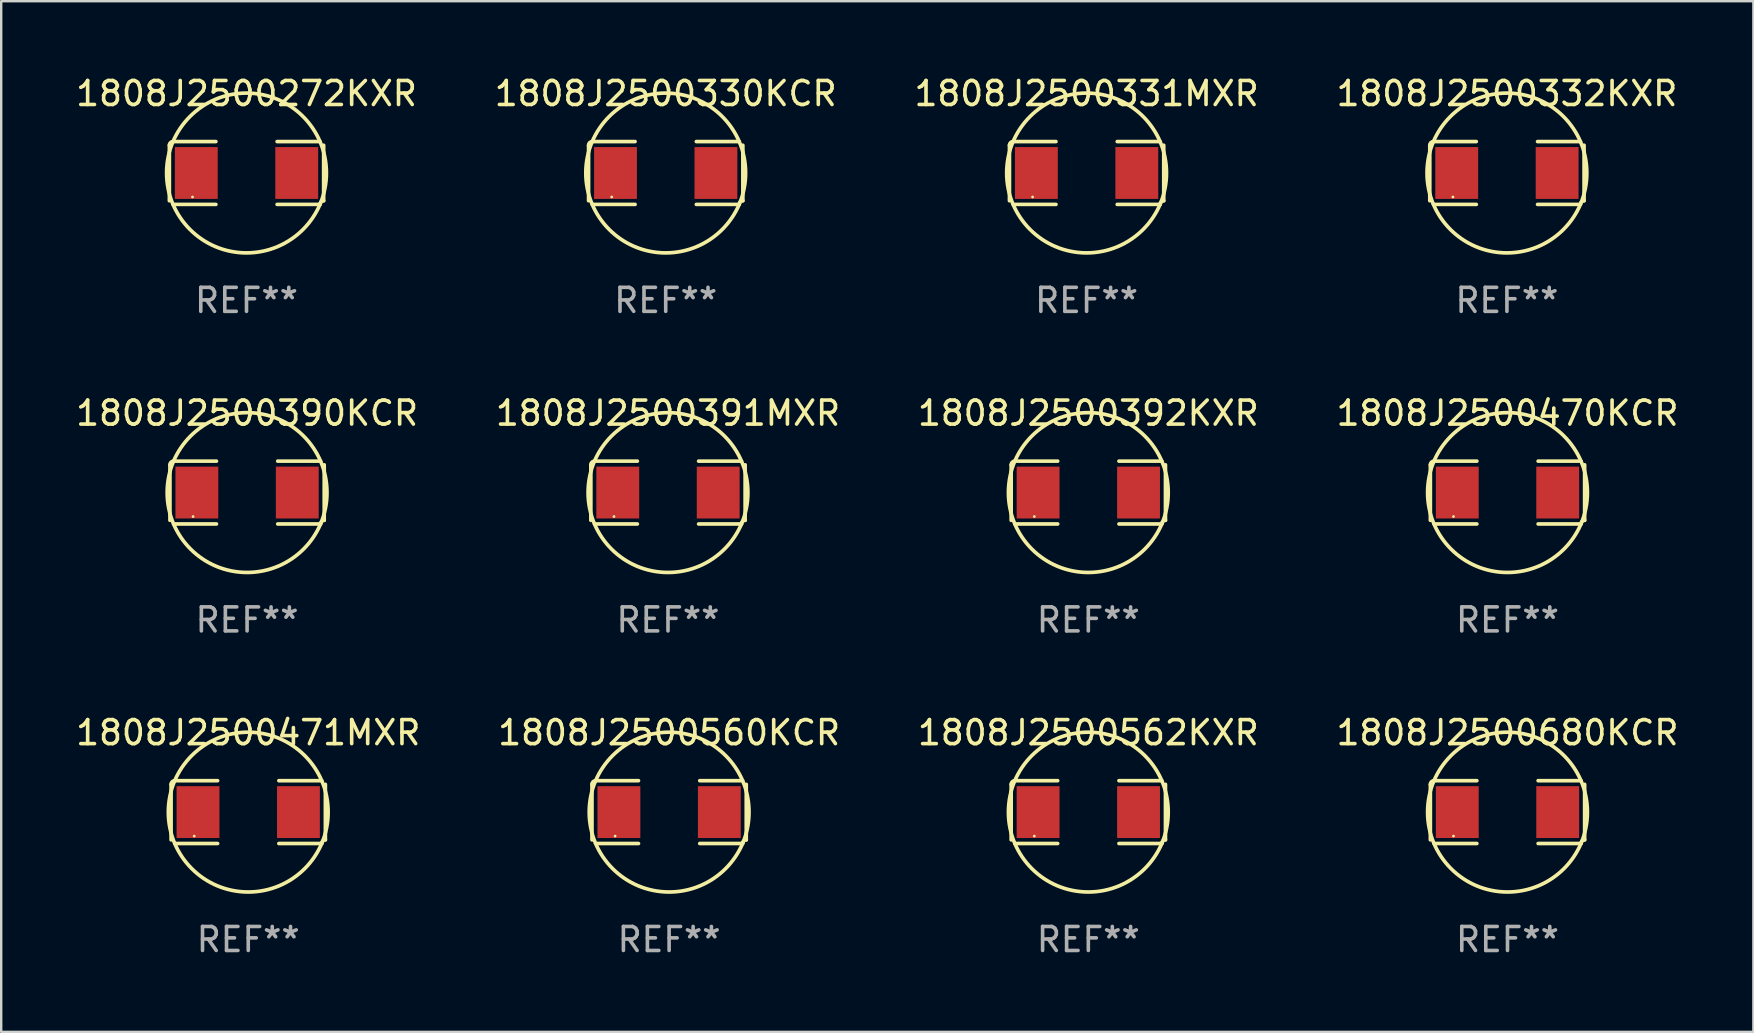
<source format=kicad_pcb>
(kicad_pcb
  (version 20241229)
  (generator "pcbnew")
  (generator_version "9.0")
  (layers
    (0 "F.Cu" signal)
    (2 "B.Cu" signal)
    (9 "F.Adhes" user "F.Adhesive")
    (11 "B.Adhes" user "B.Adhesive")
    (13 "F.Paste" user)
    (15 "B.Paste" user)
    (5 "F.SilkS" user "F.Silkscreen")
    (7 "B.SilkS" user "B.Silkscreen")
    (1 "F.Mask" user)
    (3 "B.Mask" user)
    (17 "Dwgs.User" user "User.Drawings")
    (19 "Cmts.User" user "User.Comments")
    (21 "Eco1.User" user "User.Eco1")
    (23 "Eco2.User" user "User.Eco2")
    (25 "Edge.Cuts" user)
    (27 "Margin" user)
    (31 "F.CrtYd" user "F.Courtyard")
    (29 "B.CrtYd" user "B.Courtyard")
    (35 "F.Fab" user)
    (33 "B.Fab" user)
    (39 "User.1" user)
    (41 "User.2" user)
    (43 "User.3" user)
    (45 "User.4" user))
  (footprint "1808J2500391MXR"
    (layer "F.Cu")
    (at 24.78 17.471)
    (property "Reference" "1808J2500391MXR" (at 0 -3.309 0) (layer "F.SilkS") (effects (font (size 1 1) (thickness 0.15))))
    (attr through_hole)
    (fp_line (start -3.214 -1.156) (end -3.214 1.156) (stroke (width 0.152) (type solid)) (layer "F.SilkS"))
    (fp_line (start -3.061 1.309) (end -1.276 1.309) (stroke (width 0.152) (type solid)) (layer "F.SilkS"))
    (fp_line (start -1.276 -1.309) (end -3.061 -1.309) (stroke (width 0.152) (type solid)) (layer "F.SilkS"))
    (fp_line (start 1.276 -1.309) (end 3.061 -1.309) (stroke (width 0.152) (type solid)) (layer "F.SilkS"))
    (fp_line (start 3.061 1.309) (end 1.276 1.309) (stroke (width 0.152) (type solid)) (layer "F.SilkS"))
    (fp_line (start 3.214 -1.156) (end 3.214 1.156) (stroke (width 0.152) (type solid)) (layer "F.SilkS"))
    (fp_arc (start -3.21359 -1.15621) (mid -3.168953 -1.263974) (end -3.061189 -1.308611) (stroke (width 0.1524) (type solid)) (layer "F.SilkS"))
    (fp_arc (start 3.061188 1.308611) (mid 3.105825 1.200847) (end 3.213589 1.15621) (stroke (width 0.1524) (type solid)) (layer "F.SilkS"))
    (fp_arc (start 3.061189 -1.308611) (mid -3.061167 1.308589) (end 3.061189 -1.308611) (stroke (width 0.1524) (type solid)) (layer "F.SilkS"))
    (fp_circle (center -2.25 1) (end -2.22 1) (stroke (width 0.06) (type solid)) (fill no) (layer "F.SilkS"))
    (fp_text user "REF**" (at 0 5.309 0) (layer "F.Fab") (effects (font (size 1 1) (thickness 0.15))))
    (pad "1" smd rect (at -2.092 0) (size 1.785 2.16) (layers "F.Cu" "F.Mask" "F.Paste"))
    (pad "2" smd rect (at 2.092 0) (size 1.785 2.16) (layers "F.Cu" "F.Mask" "F.Paste")))
  (footprint "1808J2500272KXR"
    (layer "F.Cu")
    (at 7.22 4.157)
    (property "Reference" "1808J2500272KXR" (at 0 -3.309 0) (layer "F.SilkS") (effects (font (size 1 1) (thickness 0.15))))
    (attr through_hole)
    (fp_line (start -3.214 -1.156) (end -3.214 1.156) (stroke (width 0.152) (type solid)) (layer "F.SilkS"))
    (fp_line (start -3.061 1.309) (end -1.276 1.309) (stroke (width 0.152) (type solid)) (layer "F.SilkS"))
    (fp_line (start -1.276 -1.309) (end -3.061 -1.309) (stroke (width 0.152) (type solid)) (layer "F.SilkS"))
    (fp_line (start 1.276 -1.309) (end 3.061 -1.309) (stroke (width 0.152) (type solid)) (layer "F.SilkS"))
    (fp_line (start 3.061 1.309) (end 1.276 1.309) (stroke (width 0.152) (type solid)) (layer "F.SilkS"))
    (fp_line (start 3.214 -1.156) (end 3.214 1.156) (stroke (width 0.152) (type solid)) (layer "F.SilkS"))
    (fp_arc (start -3.21359 -1.15621) (mid -3.168953 -1.263974) (end -3.061189 -1.308611) (stroke (width 0.1524) (type solid)) (layer "F.SilkS"))
    (fp_arc (start 3.061188 1.308611) (mid 3.105825 1.200847) (end 3.213589 1.15621) (stroke (width 0.1524) (type solid)) (layer "F.SilkS"))
    (fp_arc (start 3.061189 -1.308611) (mid -3.061167 1.308589) (end 3.061189 -1.308611) (stroke (width 0.1524) (type solid)) (layer "F.SilkS"))
    (fp_circle (center -2.25 1) (end -2.22 1) (stroke (width 0.06) (type solid)) (fill no) (layer "F.SilkS"))
    (fp_text user "REF**" (at 0 5.309 0) (layer "F.Fab") (effects (font (size 1 1) (thickness 0.15))))
    (pad "1" smd rect (at -2.092 0) (size 1.785 2.16) (layers "F.Cu" "F.Mask" "F.Paste"))
    (pad "2" smd rect (at 2.092 0) (size 1.785 2.16) (layers "F.Cu" "F.Mask" "F.Paste")))
  (footprint "1808J2500331MXR"
    (layer "F.Cu")
    (at 42.22 4.157)
    (property "Reference" "1808J2500331MXR" (at 0 -3.309 0) (layer "F.SilkS") (effects (font (size 1 1) (thickness 0.15))))
    (attr through_hole)
    (fp_line (start -3.214 -1.156) (end -3.214 1.156) (stroke (width 0.152) (type solid)) (layer "F.SilkS"))
    (fp_line (start -3.061 1.309) (end -1.276 1.309) (stroke (width 0.152) (type solid)) (layer "F.SilkS"))
    (fp_line (start -1.276 -1.309) (end -3.061 -1.309) (stroke (width 0.152) (type solid)) (layer "F.SilkS"))
    (fp_line (start 1.276 -1.309) (end 3.061 -1.309) (stroke (width 0.152) (type solid)) (layer "F.SilkS"))
    (fp_line (start 3.061 1.309) (end 1.276 1.309) (stroke (width 0.152) (type solid)) (layer "F.SilkS"))
    (fp_line (start 3.214 -1.156) (end 3.214 1.156) (stroke (width 0.152) (type solid)) (layer "F.SilkS"))
    (fp_arc (start -3.21359 -1.15621) (mid -3.168953 -1.263974) (end -3.061189 -1.308611) (stroke (width 0.1524) (type solid)) (layer "F.SilkS"))
    (fp_arc (start 3.061188 1.308611) (mid 3.105825 1.200847) (end 3.213589 1.15621) (stroke (width 0.1524) (type solid)) (layer "F.SilkS"))
    (fp_arc (start 3.061189 -1.308611) (mid -3.061167 1.308589) (end 3.061189 -1.308611) (stroke (width 0.1524) (type solid)) (layer "F.SilkS"))
    (fp_circle (center -2.25 1) (end -2.22 1) (stroke (width 0.06) (type solid)) (fill no) (layer "F.SilkS"))
    (fp_text user "REF**" (at 0 5.309 0) (layer "F.Fab") (effects (font (size 1 1) (thickness 0.15))))
    (pad "1" smd rect (at -2.092 0) (size 1.785 2.16) (layers "F.Cu" "F.Mask" "F.Paste"))
    (pad "2" smd rect (at 2.092 0) (size 1.785 2.16) (layers "F.Cu" "F.Mask" "F.Paste")))
  (footprint "1808J2500562KXR"
    (layer "F.Cu")
    (at 42.292 30.784)
    (property "Reference" "1808J2500562KXR" (at 0 -3.309 0) (layer "F.SilkS") (effects (font (size 1 1) (thickness 0.15))))
    (attr through_hole)
    (fp_line (start -3.214 -1.156) (end -3.214 1.156) (stroke (width 0.152) (type solid)) (layer "F.SilkS"))
    (fp_line (start -3.061 1.309) (end -1.276 1.309) (stroke (width 0.152) (type solid)) (layer "F.SilkS"))
    (fp_line (start -1.276 -1.309) (end -3.061 -1.309) (stroke (width 0.152) (type solid)) (layer "F.SilkS"))
    (fp_line (start 1.276 -1.309) (end 3.061 -1.309) (stroke (width 0.152) (type solid)) (layer "F.SilkS"))
    (fp_line (start 3.061 1.309) (end 1.276 1.309) (stroke (width 0.152) (type solid)) (layer "F.SilkS"))
    (fp_line (start 3.214 -1.156) (end 3.214 1.156) (stroke (width 0.152) (type solid)) (layer "F.SilkS"))
    (fp_arc (start -3.21359 -1.15621) (mid -3.168953 -1.263974) (end -3.061189 -1.308611) (stroke (width 0.1524) (type solid)) (layer "F.SilkS"))
    (fp_arc (start 3.061188 1.308611) (mid 3.105825 1.200847) (end 3.213589 1.15621) (stroke (width 0.1524) (type solid)) (layer "F.SilkS"))
    (fp_arc (start 3.061189 -1.308611) (mid -3.061167 1.308589) (end 3.061189 -1.308611) (stroke (width 0.1524) (type solid)) (layer "F.SilkS"))
    (fp_circle (center -2.25 1) (end -2.22 1) (stroke (width 0.06) (type solid)) (fill no) (layer "F.SilkS"))
    (fp_text user "REF**" (at 0 5.309 0) (layer "F.Fab") (effects (font (size 1 1) (thickness 0.15))))
    (pad "1" smd rect (at -2.092 0) (size 1.785 2.16) (layers "F.Cu" "F.Mask" "F.Paste"))
    (pad "2" smd rect (at 2.092 0) (size 1.785 2.16) (layers "F.Cu" "F.Mask" "F.Paste")))
  (footprint "1808J2500390KCR"
    (layer "F.Cu")
    (at 7.244 17.471)
    (property "Reference" "1808J2500390KCR" (at 0 -3.309 0) (layer "F.SilkS") (effects (font (size 1 1) (thickness 0.15))))
    (attr through_hole)
    (fp_line (start -3.214 -1.156) (end -3.214 1.156) (stroke (width 0.152) (type solid)) (layer "F.SilkS"))
    (fp_line (start -3.061 1.309) (end -1.276 1.309) (stroke (width 0.152) (type solid)) (layer "F.SilkS"))
    (fp_line (start -1.276 -1.309) (end -3.061 -1.309) (stroke (width 0.152) (type solid)) (layer "F.SilkS"))
    (fp_line (start 1.276 -1.309) (end 3.061 -1.309) (stroke (width 0.152) (type solid)) (layer "F.SilkS"))
    (fp_line (start 3.061 1.309) (end 1.276 1.309) (stroke (width 0.152) (type solid)) (layer "F.SilkS"))
    (fp_line (start 3.214 -1.156) (end 3.214 1.156) (stroke (width 0.152) (type solid)) (layer "F.SilkS"))
    (fp_arc (start -3.21359 -1.15621) (mid -3.168953 -1.263974) (end -3.061189 -1.308611) (stroke (width 0.1524) (type solid)) (layer "F.SilkS"))
    (fp_arc (start 3.061188 1.308611) (mid 3.105825 1.200847) (end 3.213589 1.15621) (stroke (width 0.1524) (type solid)) (layer "F.SilkS"))
    (fp_arc (start 3.061189 -1.308611) (mid -3.061167 1.308589) (end 3.061189 -1.308611) (stroke (width 0.1524) (type solid)) (layer "F.SilkS"))
    (fp_circle (center -2.25 1) (end -2.22 1) (stroke (width 0.06) (type solid)) (fill no) (layer "F.SilkS"))
    (fp_text user "REF**" (at 0 5.309 0) (layer "F.Fab") (effects (font (size 1 1) (thickness 0.15))))
    (pad "1" smd rect (at -2.092 0) (size 1.785 2.16) (layers "F.Cu" "F.Mask" "F.Paste"))
    (pad "2" smd rect (at 2.092 0) (size 1.785 2.16) (layers "F.Cu" "F.Mask" "F.Paste")))
  (footprint "1808J2500471MXR"
    (layer "F.Cu")
    (at 7.292 30.784)
    (property "Reference" "1808J2500471MXR" (at 0 -3.309 0) (layer "F.SilkS") (effects (font (size 1 1) (thickness 0.15))))
    (attr through_hole)
    (fp_line (start -3.214 -1.156) (end -3.214 1.156) (stroke (width 0.152) (type solid)) (layer "F.SilkS"))
    (fp_line (start -3.061 1.309) (end -1.276 1.309) (stroke (width 0.152) (type solid)) (layer "F.SilkS"))
    (fp_line (start -1.276 -1.309) (end -3.061 -1.309) (stroke (width 0.152) (type solid)) (layer "F.SilkS"))
    (fp_line (start 1.276 -1.309) (end 3.061 -1.309) (stroke (width 0.152) (type solid)) (layer "F.SilkS"))
    (fp_line (start 3.061 1.309) (end 1.276 1.309) (stroke (width 0.152) (type solid)) (layer "F.SilkS"))
    (fp_line (start 3.214 -1.156) (end 3.214 1.156) (stroke (width 0.152) (type solid)) (layer "F.SilkS"))
    (fp_arc (start -3.21359 -1.15621) (mid -3.168953 -1.263974) (end -3.061189 -1.308611) (stroke (width 0.1524) (type solid)) (layer "F.SilkS"))
    (fp_arc (start 3.061188 1.308611) (mid 3.105825 1.200847) (end 3.213589 1.15621) (stroke (width 0.1524) (type solid)) (layer "F.SilkS"))
    (fp_arc (start 3.061189 -1.308611) (mid -3.061167 1.308589) (end 3.061189 -1.308611) (stroke (width 0.1524) (type solid)) (layer "F.SilkS"))
    (fp_circle (center -2.25 1) (end -2.22 1) (stroke (width 0.06) (type solid)) (fill no) (layer "F.SilkS"))
    (fp_text user "REF**" (at 0 5.309 0) (layer "F.Fab") (effects (font (size 1 1) (thickness 0.15))))
    (pad "1" smd rect (at -2.092 0) (size 1.785 2.16) (layers "F.Cu" "F.Mask" "F.Paste"))
    (pad "2" smd rect (at 2.092 0) (size 1.785 2.16) (layers "F.Cu" "F.Mask" "F.Paste")))
  (footprint "1808J2500330KCR"
    (layer "F.Cu")
    (at 24.685 4.157)
    (property "Reference" "1808J2500330KCR" (at 0 -3.309 0) (layer "F.SilkS") (effects (font (size 1 1) (thickness 0.15))))
    (attr through_hole)
    (fp_line (start -3.214 -1.156) (end -3.214 1.156) (stroke (width 0.152) (type solid)) (layer "F.SilkS"))
    (fp_line (start -3.061 1.309) (end -1.276 1.309) (stroke (width 0.152) (type solid)) (layer "F.SilkS"))
    (fp_line (start -1.276 -1.309) (end -3.061 -1.309) (stroke (width 0.152) (type solid)) (layer "F.SilkS"))
    (fp_line (start 1.276 -1.309) (end 3.061 -1.309) (stroke (width 0.152) (type solid)) (layer "F.SilkS"))
    (fp_line (start 3.061 1.309) (end 1.276 1.309) (stroke (width 0.152) (type solid)) (layer "F.SilkS"))
    (fp_line (start 3.214 -1.156) (end 3.214 1.156) (stroke (width 0.152) (type solid)) (layer "F.SilkS"))
    (fp_arc (start -3.21359 -1.15621) (mid -3.168953 -1.263974) (end -3.061189 -1.308611) (stroke (width 0.1524) (type solid)) (layer "F.SilkS"))
    (fp_arc (start 3.061188 1.308611) (mid 3.105825 1.200847) (end 3.213589 1.15621) (stroke (width 0.1524) (type solid)) (layer "F.SilkS"))
    (fp_arc (start 3.061189 -1.308611) (mid -3.061167 1.308589) (end 3.061189 -1.308611) (stroke (width 0.1524) (type solid)) (layer "F.SilkS"))
    (fp_circle (center -2.25 1) (end -2.22 1) (stroke (width 0.06) (type solid)) (fill no) (layer "F.SilkS"))
    (fp_text user "REF**" (at 0 5.309 0) (layer "F.Fab") (effects (font (size 1 1) (thickness 0.15))))
    (pad "1" smd rect (at -2.092 0) (size 1.785 2.16) (layers "F.Cu" "F.Mask" "F.Paste"))
    (pad "2" smd rect (at 2.092 0) (size 1.785 2.16) (layers "F.Cu" "F.Mask" "F.Paste")))
  (footprint "1808J2500560KCR"
    (layer "F.Cu")
    (at 24.827 30.784)
    (property "Reference" "1808J2500560KCR" (at 0 -3.309 0) (layer "F.SilkS") (effects (font (size 1 1) (thickness 0.15))))
    (attr through_hole)
    (fp_line (start -3.214 -1.156) (end -3.214 1.156) (stroke (width 0.152) (type solid)) (layer "F.SilkS"))
    (fp_line (start -3.061 1.309) (end -1.276 1.309) (stroke (width 0.152) (type solid)) (layer "F.SilkS"))
    (fp_line (start -1.276 -1.309) (end -3.061 -1.309) (stroke (width 0.152) (type solid)) (layer "F.SilkS"))
    (fp_line (start 1.276 -1.309) (end 3.061 -1.309) (stroke (width 0.152) (type solid)) (layer "F.SilkS"))
    (fp_line (start 3.061 1.309) (end 1.276 1.309) (stroke (width 0.152) (type solid)) (layer "F.SilkS"))
    (fp_line (start 3.214 -1.156) (end 3.214 1.156) (stroke (width 0.152) (type solid)) (layer "F.SilkS"))
    (fp_arc (start -3.21359 -1.15621) (mid -3.168953 -1.263974) (end -3.061189 -1.308611) (stroke (width 0.1524) (type solid)) (layer "F.SilkS"))
    (fp_arc (start 3.061188 1.308611) (mid 3.105825 1.200847) (end 3.213589 1.15621) (stroke (width 0.1524) (type solid)) (layer "F.SilkS"))
    (fp_arc (start 3.061189 -1.308611) (mid -3.061167 1.308589) (end 3.061189 -1.308611) (stroke (width 0.1524) (type solid)) (layer "F.SilkS"))
    (fp_circle (center -2.25 1) (end -2.22 1) (stroke (width 0.06) (type solid)) (fill no) (layer "F.SilkS"))
    (fp_text user "REF**" (at 0 5.309 0) (layer "F.Fab") (effects (font (size 1 1) (thickness 0.15))))
    (pad "1" smd rect (at -2.092 0) (size 1.785 2.16) (layers "F.Cu" "F.Mask" "F.Paste"))
    (pad "2" smd rect (at 2.092 0) (size 1.785 2.16) (layers "F.Cu" "F.Mask" "F.Paste")))
  (footprint "1808J2500680KCR"
    (layer "F.Cu")
    (at 59.756 30.784)
    (property "Reference" "1808J2500680KCR" (at 0 -3.309 0) (layer "F.SilkS") (effects (font (size 1 1) (thickness 0.15))))
    (attr through_hole)
    (fp_line (start -3.214 -1.156) (end -3.214 1.156) (stroke (width 0.152) (type solid)) (layer "F.SilkS"))
    (fp_line (start -3.061 1.309) (end -1.276 1.309) (stroke (width 0.152) (type solid)) (layer "F.SilkS"))
    (fp_line (start -1.276 -1.309) (end -3.061 -1.309) (stroke (width 0.152) (type solid)) (layer "F.SilkS"))
    (fp_line (start 1.276 -1.309) (end 3.061 -1.309) (stroke (width 0.152) (type solid)) (layer "F.SilkS"))
    (fp_line (start 3.061 1.309) (end 1.276 1.309) (stroke (width 0.152) (type solid)) (layer "F.SilkS"))
    (fp_line (start 3.214 -1.156) (end 3.214 1.156) (stroke (width 0.152) (type solid)) (layer "F.SilkS"))
    (fp_arc (start -3.21359 -1.15621) (mid -3.168953 -1.263974) (end -3.061189 -1.308611) (stroke (width 0.1524) (type solid)) (layer "F.SilkS"))
    (fp_arc (start 3.061188 1.308611) (mid 3.105825 1.200847) (end 3.213589 1.15621) (stroke (width 0.1524) (type solid)) (layer "F.SilkS"))
    (fp_arc (start 3.061189 -1.308611) (mid -3.061167 1.308589) (end 3.061189 -1.308611) (stroke (width 0.1524) (type solid)) (layer "F.SilkS"))
    (fp_circle (center -2.25 1) (end -2.22 1) (stroke (width 0.06) (type solid)) (fill no) (layer "F.SilkS"))
    (fp_text user "REF**" (at 0 5.309 0) (layer "F.Fab") (effects (font (size 1 1) (thickness 0.15))))
    (pad "1" smd rect (at -2.092 0) (size 1.785 2.16) (layers "F.Cu" "F.Mask" "F.Paste"))
    (pad "2" smd rect (at 2.092 0) (size 1.785 2.16) (layers "F.Cu" "F.Mask" "F.Paste")))
  (footprint "1808J2500392KXR"
    (layer "F.Cu")
    (at 42.292 17.471)
    (property "Reference" "1808J2500392KXR" (at 0 -3.309 0) (layer "F.SilkS") (effects (font (size 1 1) (thickness 0.15))))
    (attr through_hole)
    (fp_line (start -3.214 -1.156) (end -3.214 1.156) (stroke (width 0.152) (type solid)) (layer "F.SilkS"))
    (fp_line (start -3.061 1.309) (end -1.276 1.309) (stroke (width 0.152) (type solid)) (layer "F.SilkS"))
    (fp_line (start -1.276 -1.309) (end -3.061 -1.309) (stroke (width 0.152) (type solid)) (layer "F.SilkS"))
    (fp_line (start 1.276 -1.309) (end 3.061 -1.309) (stroke (width 0.152) (type solid)) (layer "F.SilkS"))
    (fp_line (start 3.061 1.309) (end 1.276 1.309) (stroke (width 0.152) (type solid)) (layer "F.SilkS"))
    (fp_line (start 3.214 -1.156) (end 3.214 1.156) (stroke (width 0.152) (type solid)) (layer "F.SilkS"))
    (fp_arc (start -3.21359 -1.15621) (mid -3.168953 -1.263974) (end -3.061189 -1.308611) (stroke (width 0.1524) (type solid)) (layer "F.SilkS"))
    (fp_arc (start 3.061188 1.308611) (mid 3.105825 1.200847) (end 3.213589 1.15621) (stroke (width 0.1524) (type solid)) (layer "F.SilkS"))
    (fp_arc (start 3.061189 -1.308611) (mid -3.061167 1.308589) (end 3.061189 -1.308611) (stroke (width 0.1524) (type solid)) (layer "F.SilkS"))
    (fp_circle (center -2.25 1) (end -2.22 1) (stroke (width 0.06) (type solid)) (fill no) (layer "F.SilkS"))
    (fp_text user "REF**" (at 0 5.309 0) (layer "F.Fab") (effects (font (size 1 1) (thickness 0.15))))
    (pad "1" smd rect (at -2.092 0) (size 1.785 2.16) (layers "F.Cu" "F.Mask" "F.Paste"))
    (pad "2" smd rect (at 2.092 0) (size 1.785 2.16) (layers "F.Cu" "F.Mask" "F.Paste")))
  (footprint "1808J2500332KXR"
    (layer "F.Cu")
    (at 59.732 4.157)
    (property "Reference" "1808J2500332KXR" (at 0 -3.309 0) (layer "F.SilkS") (effects (font (size 1 1) (thickness 0.15))))
    (attr through_hole)
    (fp_line (start -3.214 -1.156) (end -3.214 1.156) (stroke (width 0.152) (type solid)) (layer "F.SilkS"))
    (fp_line (start -3.061 1.309) (end -1.276 1.309) (stroke (width 0.152) (type solid)) (layer "F.SilkS"))
    (fp_line (start -1.276 -1.309) (end -3.061 -1.309) (stroke (width 0.152) (type solid)) (layer "F.SilkS"))
    (fp_line (start 1.276 -1.309) (end 3.061 -1.309) (stroke (width 0.152) (type solid)) (layer "F.SilkS"))
    (fp_line (start 3.061 1.309) (end 1.276 1.309) (stroke (width 0.152) (type solid)) (layer "F.SilkS"))
    (fp_line (start 3.214 -1.156) (end 3.214 1.156) (stroke (width 0.152) (type solid)) (layer "F.SilkS"))
    (fp_arc (start -3.21359 -1.15621) (mid -3.168953 -1.263974) (end -3.061189 -1.308611) (stroke (width 0.1524) (type solid)) (layer "F.SilkS"))
    (fp_arc (start 3.061188 1.308611) (mid 3.105825 1.200847) (end 3.213589 1.15621) (stroke (width 0.1524) (type solid)) (layer "F.SilkS"))
    (fp_arc (start 3.061189 -1.308611) (mid -3.061167 1.308589) (end 3.061189 -1.308611) (stroke (width 0.1524) (type solid)) (layer "F.SilkS"))
    (fp_circle (center -2.25 1) (end -2.22 1) (stroke (width 0.06) (type solid)) (fill no) (layer "F.SilkS"))
    (fp_text user "REF**" (at 0 5.309 0) (layer "F.Fab") (effects (font (size 1 1) (thickness 0.15))))
    (pad "1" smd rect (at -2.092 0) (size 1.785 2.16) (layers "F.Cu" "F.Mask" "F.Paste"))
    (pad "2" smd rect (at 2.092 0) (size 1.785 2.16) (layers "F.Cu" "F.Mask" "F.Paste")))
  (footprint "1808J2500470KCR"
    (layer "F.Cu")
    (at 59.756 17.471)
    (property "Reference" "1808J2500470KCR" (at 0 -3.309 0) (layer "F.SilkS") (effects (font (size 1 1) (thickness 0.15))))
    (attr through_hole)
    (fp_line (start -3.214 -1.156) (end -3.214 1.156) (stroke (width 0.152) (type solid)) (layer "F.SilkS"))
    (fp_line (start -3.061 1.309) (end -1.276 1.309) (stroke (width 0.152) (type solid)) (layer "F.SilkS"))
    (fp_line (start -1.276 -1.309) (end -3.061 -1.309) (stroke (width 0.152) (type solid)) (layer "F.SilkS"))
    (fp_line (start 1.276 -1.309) (end 3.061 -1.309) (stroke (width 0.152) (type solid)) (layer "F.SilkS"))
    (fp_line (start 3.061 1.309) (end 1.276 1.309) (stroke (width 0.152) (type solid)) (layer "F.SilkS"))
    (fp_line (start 3.214 -1.156) (end 3.214 1.156) (stroke (width 0.152) (type solid)) (layer "F.SilkS"))
    (fp_arc (start -3.21359 -1.15621) (mid -3.168953 -1.263974) (end -3.061189 -1.308611) (stroke (width 0.1524) (type solid)) (layer "F.SilkS"))
    (fp_arc (start 3.061188 1.308611) (mid 3.105825 1.200847) (end 3.213589 1.15621) (stroke (width 0.1524) (type solid)) (layer "F.SilkS"))
    (fp_arc (start 3.061189 -1.308611) (mid -3.061167 1.308589) (end 3.061189 -1.308611) (stroke (width 0.1524) (type solid)) (layer "F.SilkS"))
    (fp_circle (center -2.25 1) (end -2.22 1) (stroke (width 0.06) (type solid)) (fill no) (layer "F.SilkS"))
    (fp_text user "REF**" (at 0 5.309 0) (layer "F.Fab") (effects (font (size 1 1) (thickness 0.15))))
    (pad "1" smd rect (at -2.092 0) (size 1.785 2.16) (layers "F.Cu" "F.Mask" "F.Paste"))
    (pad "2" smd rect (at 2.092 0) (size 1.785 2.16) (layers "F.Cu" "F.Mask" "F.Paste")))
  (gr_rect
    (start -3 -3)
    (end 70 39.941)
    (stroke (width 0.1) (type default))
    (fill no)
    (layer "Edge.Cuts")))
</source>
